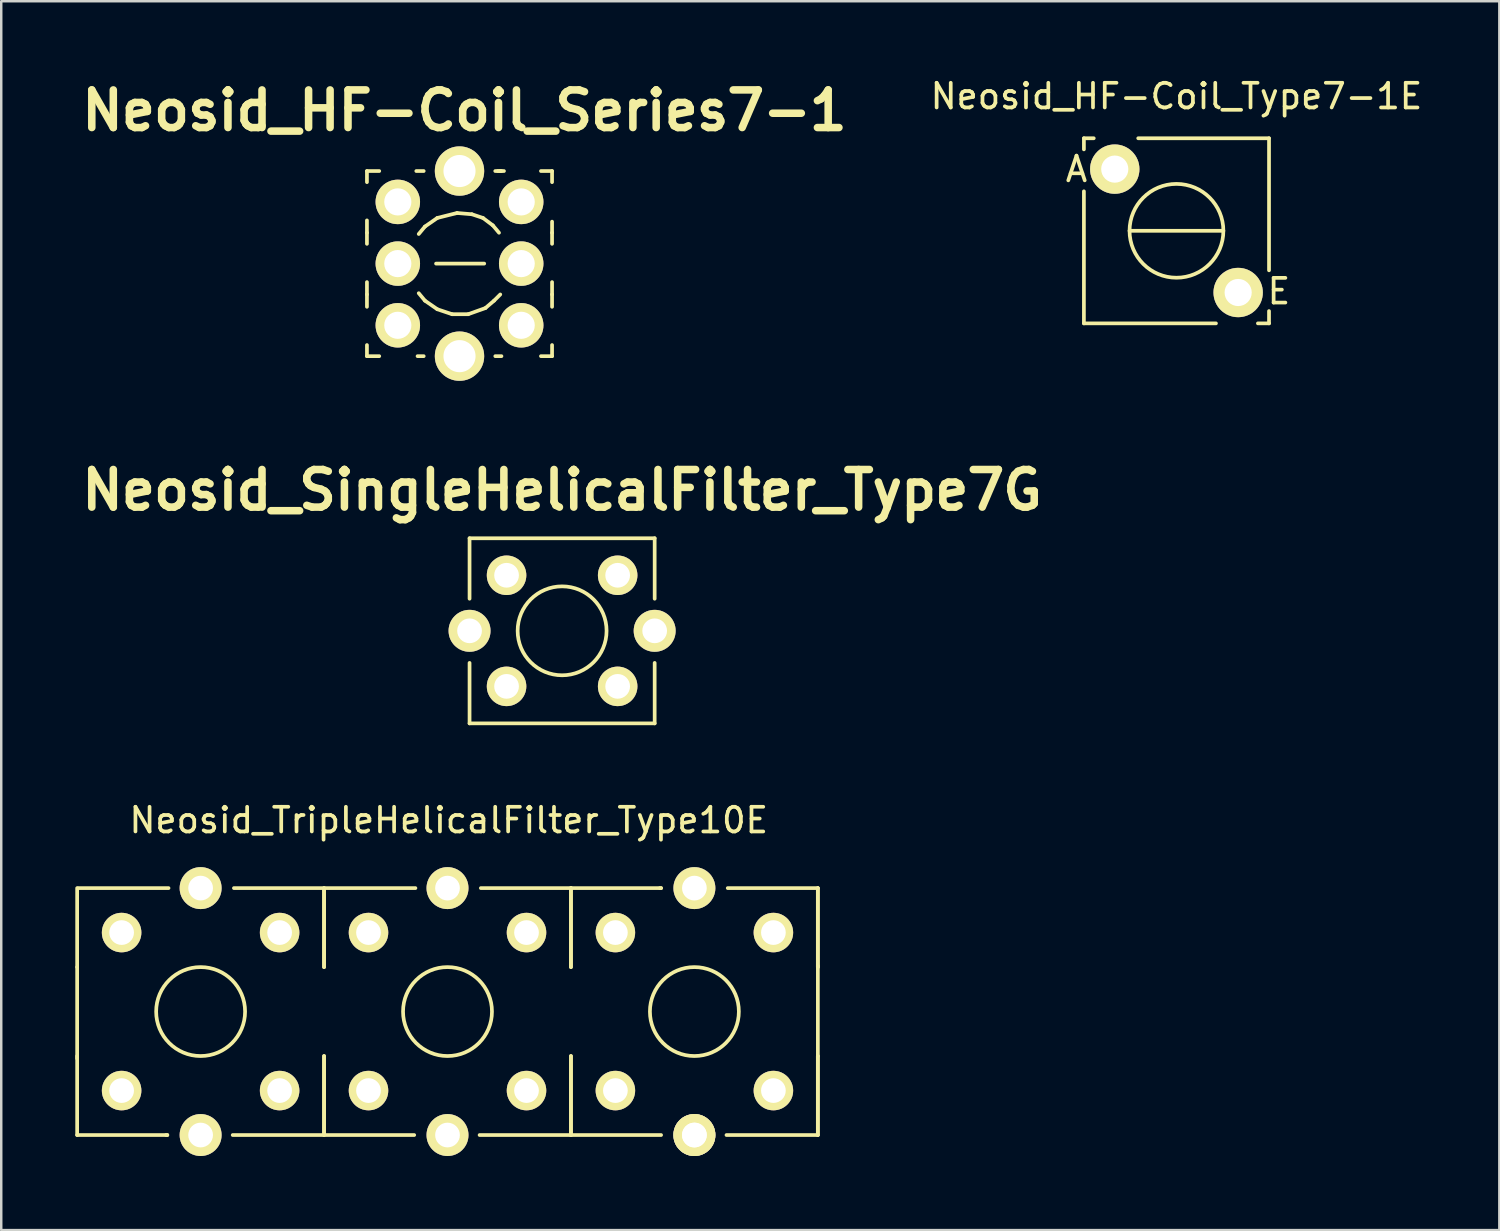
<source format=kicad_pcb>
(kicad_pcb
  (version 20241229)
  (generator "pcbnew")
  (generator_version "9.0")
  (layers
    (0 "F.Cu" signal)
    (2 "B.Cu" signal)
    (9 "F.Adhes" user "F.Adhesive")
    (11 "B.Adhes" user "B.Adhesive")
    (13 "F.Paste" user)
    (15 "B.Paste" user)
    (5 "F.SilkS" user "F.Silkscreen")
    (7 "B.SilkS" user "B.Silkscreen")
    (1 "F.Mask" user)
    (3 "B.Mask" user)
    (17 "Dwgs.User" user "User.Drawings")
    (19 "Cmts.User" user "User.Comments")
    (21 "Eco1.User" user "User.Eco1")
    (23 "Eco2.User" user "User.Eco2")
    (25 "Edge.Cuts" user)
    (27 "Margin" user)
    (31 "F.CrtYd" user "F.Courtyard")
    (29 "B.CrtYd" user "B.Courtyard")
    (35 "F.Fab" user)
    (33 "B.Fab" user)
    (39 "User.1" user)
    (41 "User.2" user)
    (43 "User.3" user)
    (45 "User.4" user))
  (footprint "Neosid_HF-Coil_Series7-1"
    (layer "F.Cu")
    (at 15.562 7.627)
    (property "Reference" "Neosid_HF-Coil_Series7-1" (at 0.201 -6.2 0) (layer "F.SilkS") (effects (font (size 1.524 1.524) (thickness 0.305))))
    (attr through_hole)
    (fp_line (start -3.749 -3.749) (end -3.749 -3.299) (stroke (width 0.15) (type solid)) (layer "F.SilkS"))
    (fp_line (start -3.749 -3.749) (end -3.251 -3.749) (stroke (width 0.15) (type solid)) (layer "F.SilkS"))
    (fp_line (start -3.749 -1.25) (end -3.749 -1.75) (stroke (width 0.15) (type solid)) (layer "F.SilkS"))
    (fp_line (start -3.749 -1.25) (end -3.749 -0.8) (stroke (width 0.15) (type solid)) (layer "F.SilkS"))
    (fp_line (start -3.749 1.25) (end -3.749 0.749) (stroke (width 0.15) (type solid)) (layer "F.SilkS"))
    (fp_line (start -3.749 1.25) (end -3.749 1.75) (stroke (width 0.15) (type solid)) (layer "F.SilkS"))
    (fp_line (start -3.749 3.749) (end -3.749 3.299) (stroke (width 0.15) (type solid)) (layer "F.SilkS"))
    (fp_line (start -3.749 3.749) (end -3.251 3.749) (stroke (width 0.15) (type solid)) (layer "F.SilkS"))
    (fp_line (start -1.699 3.749) (end -1.45 3.749) (stroke (width 0.15) (type solid)) (layer "F.SilkS"))
    (fp_line (start -1.651 1.199) (end -1.4 1.501) (stroke (width 0.15) (type solid)) (layer "F.SilkS"))
    (fp_line (start -1.45 -3.749) (end -1.75 -3.749) (stroke (width 0.15) (type solid)) (layer "F.SilkS"))
    (fp_line (start -1.4 -1.501) (end -1.651 -1.199) (stroke (width 0.15) (type solid)) (layer "F.SilkS"))
    (fp_line (start -1.4 1.501) (end -0.899 1.849) (stroke (width 0.15) (type solid)) (layer "F.SilkS"))
    (fp_line (start -0.95 0) (end 1.001 0) (stroke (width 0.15) (type solid)) (layer "F.SilkS"))
    (fp_line (start -0.899 -1.849) (end -1.4 -1.501) (stroke (width 0.15) (type solid)) (layer "F.SilkS"))
    (fp_line (start -0.899 1.849) (end -0.3 2.05) (stroke (width 0.15) (type solid)) (layer "F.SilkS"))
    (fp_line (start -0.3 2.05) (end 0.351 2.05) (stroke (width 0.15) (type solid)) (layer "F.SilkS"))
    (fp_line (start -0.099 -2.05) (end -0.899 -1.849) (stroke (width 0.15) (type solid)) (layer "F.SilkS"))
    (fp_line (start 0.351 2.05) (end 1.049 1.801) (stroke (width 0.15) (type solid)) (layer "F.SilkS"))
    (fp_line (start 0.5 -1.999) (end -0.099 -2.05) (stroke (width 0.15) (type solid)) (layer "F.SilkS"))
    (fp_line (start 0.95 -1.849) (end 0.5 -1.999) (stroke (width 0.15) (type solid)) (layer "F.SilkS"))
    (fp_line (start 1.049 1.801) (end 1.4 1.501) (stroke (width 0.15) (type solid)) (layer "F.SilkS"))
    (fp_line (start 1.349 -1.549) (end 0.95 -1.849) (stroke (width 0.15) (type solid)) (layer "F.SilkS"))
    (fp_line (start 1.4 1.501) (end 1.651 1.25) (stroke (width 0.15) (type solid)) (layer "F.SilkS"))
    (fp_line (start 1.45 3.749) (end 1.699 3.749) (stroke (width 0.15) (type solid)) (layer "F.SilkS"))
    (fp_line (start 1.549 -3.749) (end 1.651 -3.749) (stroke (width 0.15) (type solid)) (layer "F.SilkS"))
    (fp_line (start 1.6 -1.25) (end 1.349 -1.549) (stroke (width 0.15) (type solid)) (layer "F.SilkS"))
    (fp_line (start 1.651 -3.749) (end 1.801 -3.749) (stroke (width 0.15) (type solid)) (layer "F.SilkS"))
    (fp_line (start 1.699 -3.749) (end 1.448 -3.749) (stroke (width 0.15) (type solid)) (layer "F.SilkS"))
    (fp_line (start 3.749 -3.749) (end 3.299 -3.749) (stroke (width 0.15) (type solid)) (layer "F.SilkS"))
    (fp_line (start 3.749 -3.749) (end 3.749 -3.299) (stroke (width 0.15) (type solid)) (layer "F.SilkS"))
    (fp_line (start 3.749 -1.25) (end 3.749 -1.699) (stroke (width 0.15) (type solid)) (layer "F.SilkS"))
    (fp_line (start 3.749 -1.25) (end 3.749 -0.8) (stroke (width 0.15) (type solid)) (layer "F.SilkS"))
    (fp_line (start 3.749 1.25) (end 3.749 0.749) (stroke (width 0.15) (type solid)) (layer "F.SilkS"))
    (fp_line (start 3.749 1.25) (end 3.749 1.75) (stroke (width 0.15) (type solid)) (layer "F.SilkS"))
    (fp_line (start 3.749 3.749) (end 3.299 3.749) (stroke (width 0.15) (type solid)) (layer "F.SilkS"))
    (fp_line (start 3.749 3.749) (end 3.749 3.299) (stroke (width 0.15) (type solid)) (layer "F.SilkS"))
    (pad "1" thru_hole circle (at -2.499 -2.499 90) (size 1.801 1.801) (drill 1.1) (layers "*.Cu" "*.Mask" "F.SilkS"))
    (pad "2" thru_hole circle (at -2.499 0 90) (size 1.801 1.801) (drill 1.1) (layers "*.Cu" "*.Mask" "F.SilkS"))
    (pad "3" thru_hole circle (at -2.499 2.499 90) (size 1.801 1.801) (drill 1.1) (layers "*.Cu" "*.Mask" "F.SilkS"))
    (pad "4" thru_hole circle (at 2.499 2.499 90) (size 1.801 1.801) (drill 1.1) (layers "*.Cu" "*.Mask" "F.SilkS"))
    (pad "5" thru_hole circle (at 2.499 0 90) (size 1.801 1.801) (drill 1.1) (layers "*.Cu" "*.Mask" "F.SilkS"))
    (pad "6" thru_hole circle (at 2.499 -2.499 90) (size 1.801 1.801) (drill 1.1) (layers "*.Cu" "*.Mask" "F.SilkS"))
    (pad "~" thru_hole circle (at 0 -3.749 90) (size 1.999 1.999) (drill 1.3) (layers "*.Cu" "*.Mask" "F.SilkS"))
    (pad "~" thru_hole circle (at 0 3.749 90) (size 1.999 1.999) (drill 1.3) (layers "*.Cu" "*.Mask" "F.SilkS")))
  (footprint "Neosid_TripleHelicalFilter_Type10E"
    (layer "F.Cu")
    (at 15.076 37.923)
    (property "Reference" "Neosid_TripleHelicalFilter_Type10E" (at 0.051 -7.75 0) (layer "F.SilkS") (effects (font (size 1 1) (thickness 0.15))))
    (attr through_hole)
    (fp_line (start -15.001 -5.001) (end -15.001 -1.801) (stroke (width 0.15) (type solid)) (layer "F.SilkS"))
    (fp_line (start -15.001 -1.801) (end -15.001 1.9) (stroke (width 0.15) (type solid)) (layer "F.SilkS"))
    (fp_line (start -15.001 1.801) (end -15.001 5.001) (stroke (width 0.15) (type solid)) (layer "F.SilkS"))
    (fp_line (start -15.001 5.001) (end -11.349 5.001) (stroke (width 0.15) (type solid)) (layer "F.SilkS"))
    (fp_line (start -11.349 5.001) (end -11.4 5.001) (stroke (width 0.15) (type solid)) (layer "F.SilkS"))
    (fp_line (start -11.3 -5.001) (end -14.95 -5.001) (stroke (width 0.15) (type solid)) (layer "F.SilkS"))
    (fp_line (start -8.7 5.001) (end -1.349 5.001) (stroke (width 0.15) (type solid)) (layer "F.SilkS"))
    (fp_line (start -5.001 -5.001) (end -5.001 -1.801) (stroke (width 0.15) (type solid)) (layer "F.SilkS"))
    (fp_line (start -5.001 1.801) (end -5.001 5.001) (stroke (width 0.15) (type solid)) (layer "F.SilkS"))
    (fp_line (start -4.999 -1.801) (end -4.999 -5.001) (stroke (width 0.15) (type solid)) (layer "F.SilkS"))
    (fp_line (start -4.999 5.001) (end -4.999 1.801) (stroke (width 0.15) (type solid)) (layer "F.SilkS"))
    (fp_line (start -1.3 -5.001) (end -8.651 -5.001) (stroke (width 0.15) (type solid)) (layer "F.SilkS"))
    (fp_line (start 1.3 5.001) (end 5.001 5.001) (stroke (width 0.15) (type solid)) (layer "F.SilkS"))
    (fp_line (start 4.999 -5.001) (end 4.999 -1.801) (stroke (width 0.15) (type solid)) (layer "F.SilkS"))
    (fp_line (start 4.999 1.801) (end 4.999 5.001) (stroke (width 0.15) (type solid)) (layer "F.SilkS"))
    (fp_line (start 5.001 -5.001) (end 1.351 -5.001) (stroke (width 0.15) (type solid)) (layer "F.SilkS"))
    (fp_line (start 5.001 -5.001) (end 8.651 -5.001) (stroke (width 0.15) (type solid)) (layer "F.SilkS"))
    (fp_line (start 5.001 -1.801) (end 5.001 -5.001) (stroke (width 0.15) (type solid)) (layer "F.SilkS"))
    (fp_line (start 5.001 5.001) (end 5.001 1.801) (stroke (width 0.15) (type solid)) (layer "F.SilkS"))
    (fp_line (start 5.001 5.001) (end 8.651 5.001) (stroke (width 0.15) (type solid)) (layer "F.SilkS"))
    (fp_line (start 8.651 -5.001) (end 8.6 -5.001) (stroke (width 0.15) (type solid)) (layer "F.SilkS"))
    (fp_line (start 11.3 5.001) (end 15.001 5.001) (stroke (width 0.15) (type solid)) (layer "F.SilkS"))
    (fp_line (start 11.351 -5.001) (end 15.001 -5.001) (stroke (width 0.15) (type solid)) (layer "F.SilkS"))
    (fp_line (start 14.999 -5.001) (end 14.999 -1.801) (stroke (width 0.15) (type solid)) (layer "F.SilkS"))
    (fp_line (start 14.999 1.801) (end 14.999 5.001) (stroke (width 0.15) (type solid)) (layer "F.SilkS"))
    (fp_line (start 15.001 -1.849) (end 15.001 1.801) (stroke (width 0.15) (type solid)) (layer "F.SilkS"))
    (fp_line (start 15.001 -1.801) (end 15.001 -5.001) (stroke (width 0.15) (type solid)) (layer "F.SilkS"))
    (fp_line (start 15.001 5.001) (end 15.001 1.801) (stroke (width 0.15) (type solid)) (layer "F.SilkS"))
    (fp_circle (center -10 0) (end -8.199 0) (stroke (width 0.15) (type solid)) (fill no) (layer "F.SilkS"))
    (fp_circle (center 0 0) (end 1.801 0) (stroke (width 0.15) (type solid)) (fill no) (layer "F.SilkS"))
    (fp_circle (center 10 0) (end 11.801 0) (stroke (width 0.15) (type solid)) (fill no) (layer "F.SilkS"))
    (pad "1" thru_hole circle (at -6.8 3.2 90) (size 1.6 1.6) (drill 1.001) (layers "*.Cu" "*.Mask" "F.SilkS"))
    (pad "2" thru_hole circle (at -6.8 -3.2 90) (size 1.6 1.6) (drill 1.001) (layers "*.Cu" "*.Mask" "F.SilkS"))
    (pad "4" thru_hole circle (at -13.2 -3.2 90) (size 1.6 1.6) (drill 1.001) (layers "*.Cu" "*.Mask" "F.SilkS"))
    (pad "5" thru_hole circle (at -13.2 3.2 90) (size 1.6 1.6) (drill 1.001) (layers "*.Cu" "*.Mask" "F.SilkS"))
    (pad "21" thru_hole circle (at 3.2 3.2 90) (size 1.6 1.6) (drill 1.001) (layers "*.Cu" "*.Mask" "F.SilkS"))
    (pad "22" thru_hole circle (at 3.2 -3.2 90) (size 1.6 1.6) (drill 1.001) (layers "*.Cu" "*.Mask" "F.SilkS"))
    (pad "24" thru_hole circle (at -3.2 -3.2 90) (size 1.6 1.6) (drill 1.001) (layers "*.Cu" "*.Mask" "F.SilkS"))
    (pad "25" thru_hole circle (at -3.2 3.2 90) (size 1.6 1.6) (drill 1.001) (layers "*.Cu" "*.Mask" "F.SilkS"))
    (pad "31" thru_hole circle (at 13.2 3.2 90) (size 1.6 1.6) (drill 1.001) (layers "*.Cu" "*.Mask" "F.SilkS"))
    (pad "32" thru_hole circle (at 13.2 -3.2 90) (size 1.6 1.6) (drill 1.001) (layers "*.Cu" "*.Mask" "F.SilkS"))
    (pad "34" thru_hole circle (at 6.8 -3.2 90) (size 1.6 1.6) (drill 1.001) (layers "*.Cu" "*.Mask" "F.SilkS"))
    (pad "35" thru_hole circle (at 6.8 3.2 90) (size 1.6 1.6) (drill 1.001) (layers "*.Cu" "*.Mask" "F.SilkS"))
    (pad "~" thru_hole circle (at -10 -5.001 90) (size 1.699 1.699) (drill 1.001) (layers "*.Cu" "*.Mask" "F.SilkS"))
    (pad "~" thru_hole circle (at -10 5.001 90) (size 1.699 1.699) (drill 1.001) (layers "*.Cu" "*.Mask" "F.SilkS"))
    (pad "~" thru_hole circle (at 0 -5.001 90) (size 1.699 1.699) (drill 1.001) (layers "*.Cu" "*.Mask" "F.SilkS"))
    (pad "~" thru_hole circle (at 0 5.001 90) (size 1.699 1.699) (drill 1.001) (layers "*.Cu" "*.Mask" "F.SilkS"))
    (pad "~" thru_hole circle (at 10 -5.001 90) (size 1.699 1.699) (drill 1.001) (layers "*.Cu" "*.Mask" "F.SilkS"))
    (pad "~" thru_hole circle (at 10 5.001 90) (size 1.699 1.699) (drill 1.001) (layers "*.Cu" "*.Mask" "F.SilkS"))
    (pad "~" thru_hole circle (at 10 5.001 90) (size 1.699 1.699) (drill 1.001) (layers "*.Cu" "*.Mask" "F.SilkS")))
  (footprint "Neosid_HF-Coil_Type7-1E"
    (layer "F.Cu")
    (at 44.602 6.299)
    (property "Reference" "Neosid_HF-Coil_Type7-1E" (at 0 -5.451 0) (layer "F.SilkS") (effects (font (size 1 1) (thickness 0.15))))
    (attr through_hole)
    (fp_line (start -3.749 -3.749) (end -3.749 -3.299) (stroke (width 0.15) (type solid)) (layer "F.SilkS"))
    (fp_line (start -3.749 -3.749) (end -3.35 -3.749) (stroke (width 0.15) (type solid)) (layer "F.SilkS"))
    (fp_line (start -3.749 3.749) (end -3.749 -1.6) (stroke (width 0.15) (type solid)) (layer "F.SilkS"))
    (fp_line (start -3.749 3.749) (end 1.6 3.749) (stroke (width 0.15) (type solid)) (layer "F.SilkS"))
    (fp_line (start -1.9 0) (end 1.9 0) (stroke (width 0.15) (type solid)) (layer "F.SilkS"))
    (fp_line (start 3.749 -3.749) (end -1.549 -3.749) (stroke (width 0.15) (type solid)) (layer "F.SilkS"))
    (fp_line (start 3.749 -3.749) (end 3.749 1.6) (stroke (width 0.15) (type solid)) (layer "F.SilkS"))
    (fp_line (start 3.749 3.749) (end 3.299 3.749) (stroke (width 0.15) (type solid)) (layer "F.SilkS"))
    (fp_line (start 3.749 3.749) (end 3.749 3.251) (stroke (width 0.15) (type solid)) (layer "F.SilkS"))
    (fp_circle (center 0 0) (end 1.9 0) (stroke (width 0.15) (type solid)) (fill no) (layer "F.SilkS"))
    (fp_text user "E" (at 4.15 2.451 0) (layer "F.SilkS") (effects (font (size 1 1) (thickness 0.15))))
    (fp_text user "A" (at -4.049 -2.499 0) (layer "F.SilkS") (effects (font (size 1 1) (thickness 0.15))))
    (pad "1" thru_hole circle (at -2.499 -2.499 90) (size 1.999 1.999) (drill 1.1) (layers "*.Cu" "*.Mask" "F.SilkS"))
    (pad "2" thru_hole circle (at 2.499 2.499 90) (size 1.999 1.999) (drill 1.1) (layers "*.Cu" "*.Mask" "F.SilkS")))
  (footprint "Neosid_SingleHelicalFilter_Type7G"
    (layer "F.Cu")
    (at 19.718 22.501)
    (property "Reference" "Neosid_SingleHelicalFilter_Type7G" (at 0 -5.7 0) (layer "F.SilkS") (effects (font (size 1.524 1.524) (thickness 0.305))))
    (attr through_hole)
    (fp_line (start -3.749 -3.749) (end -3.749 -1.3) (stroke (width 0.15) (type solid)) (layer "F.SilkS"))
    (fp_line (start -3.749 1.3) (end -3.749 3.749) (stroke (width 0.15) (type solid)) (layer "F.SilkS"))
    (fp_line (start -3.749 3.749) (end 3.749 3.749) (stroke (width 0.15) (type solid)) (layer "F.SilkS"))
    (fp_line (start 3.749 -3.749) (end -3.749 -3.749) (stroke (width 0.15) (type solid)) (layer "F.SilkS"))
    (fp_line (start 3.749 -1.3) (end 3.749 -3.749) (stroke (width 0.15) (type solid)) (layer "F.SilkS"))
    (fp_line (start 3.749 3.749) (end 3.749 1.3) (stroke (width 0.15) (type solid)) (layer "F.SilkS"))
    (fp_circle (center 0 0) (end 1.801 0) (stroke (width 0.15) (type solid)) (fill no) (layer "F.SilkS"))
    (pad "1" thru_hole circle (at 2.25 2.25 90) (size 1.6 1.6) (drill 1.001) (layers "*.Cu" "*.Mask" "F.SilkS"))
    (pad "2" thru_hole circle (at 2.25 -2.25 90) (size 1.6 1.6) (drill 1.001) (layers "*.Cu" "*.Mask" "F.SilkS"))
    (pad "4" thru_hole circle (at -2.25 -2.25 90) (size 1.6 1.6) (drill 1.001) (layers "*.Cu" "*.Mask" "F.SilkS"))
    (pad "5" thru_hole circle (at -2.25 2.25 90) (size 1.6 1.6) (drill 1.001) (layers "*.Cu" "*.Mask" "F.SilkS"))
    (pad "~" thru_hole circle (at -3.749 0 90) (size 1.699 1.699) (drill 1.001) (layers "*.Cu" "*.Mask" "F.SilkS"))
    (pad "~" thru_hole circle (at 3.749 0 90) (size 1.699 1.699) (drill 1.001) (layers "*.Cu" "*.Mask" "F.SilkS")))
  (gr_rect
    (start -3 -3)
    (end 57.68 46.774)
    (stroke (width 0.1) (type default))
    (fill no)
    (layer "Edge.Cuts")))
</source>
